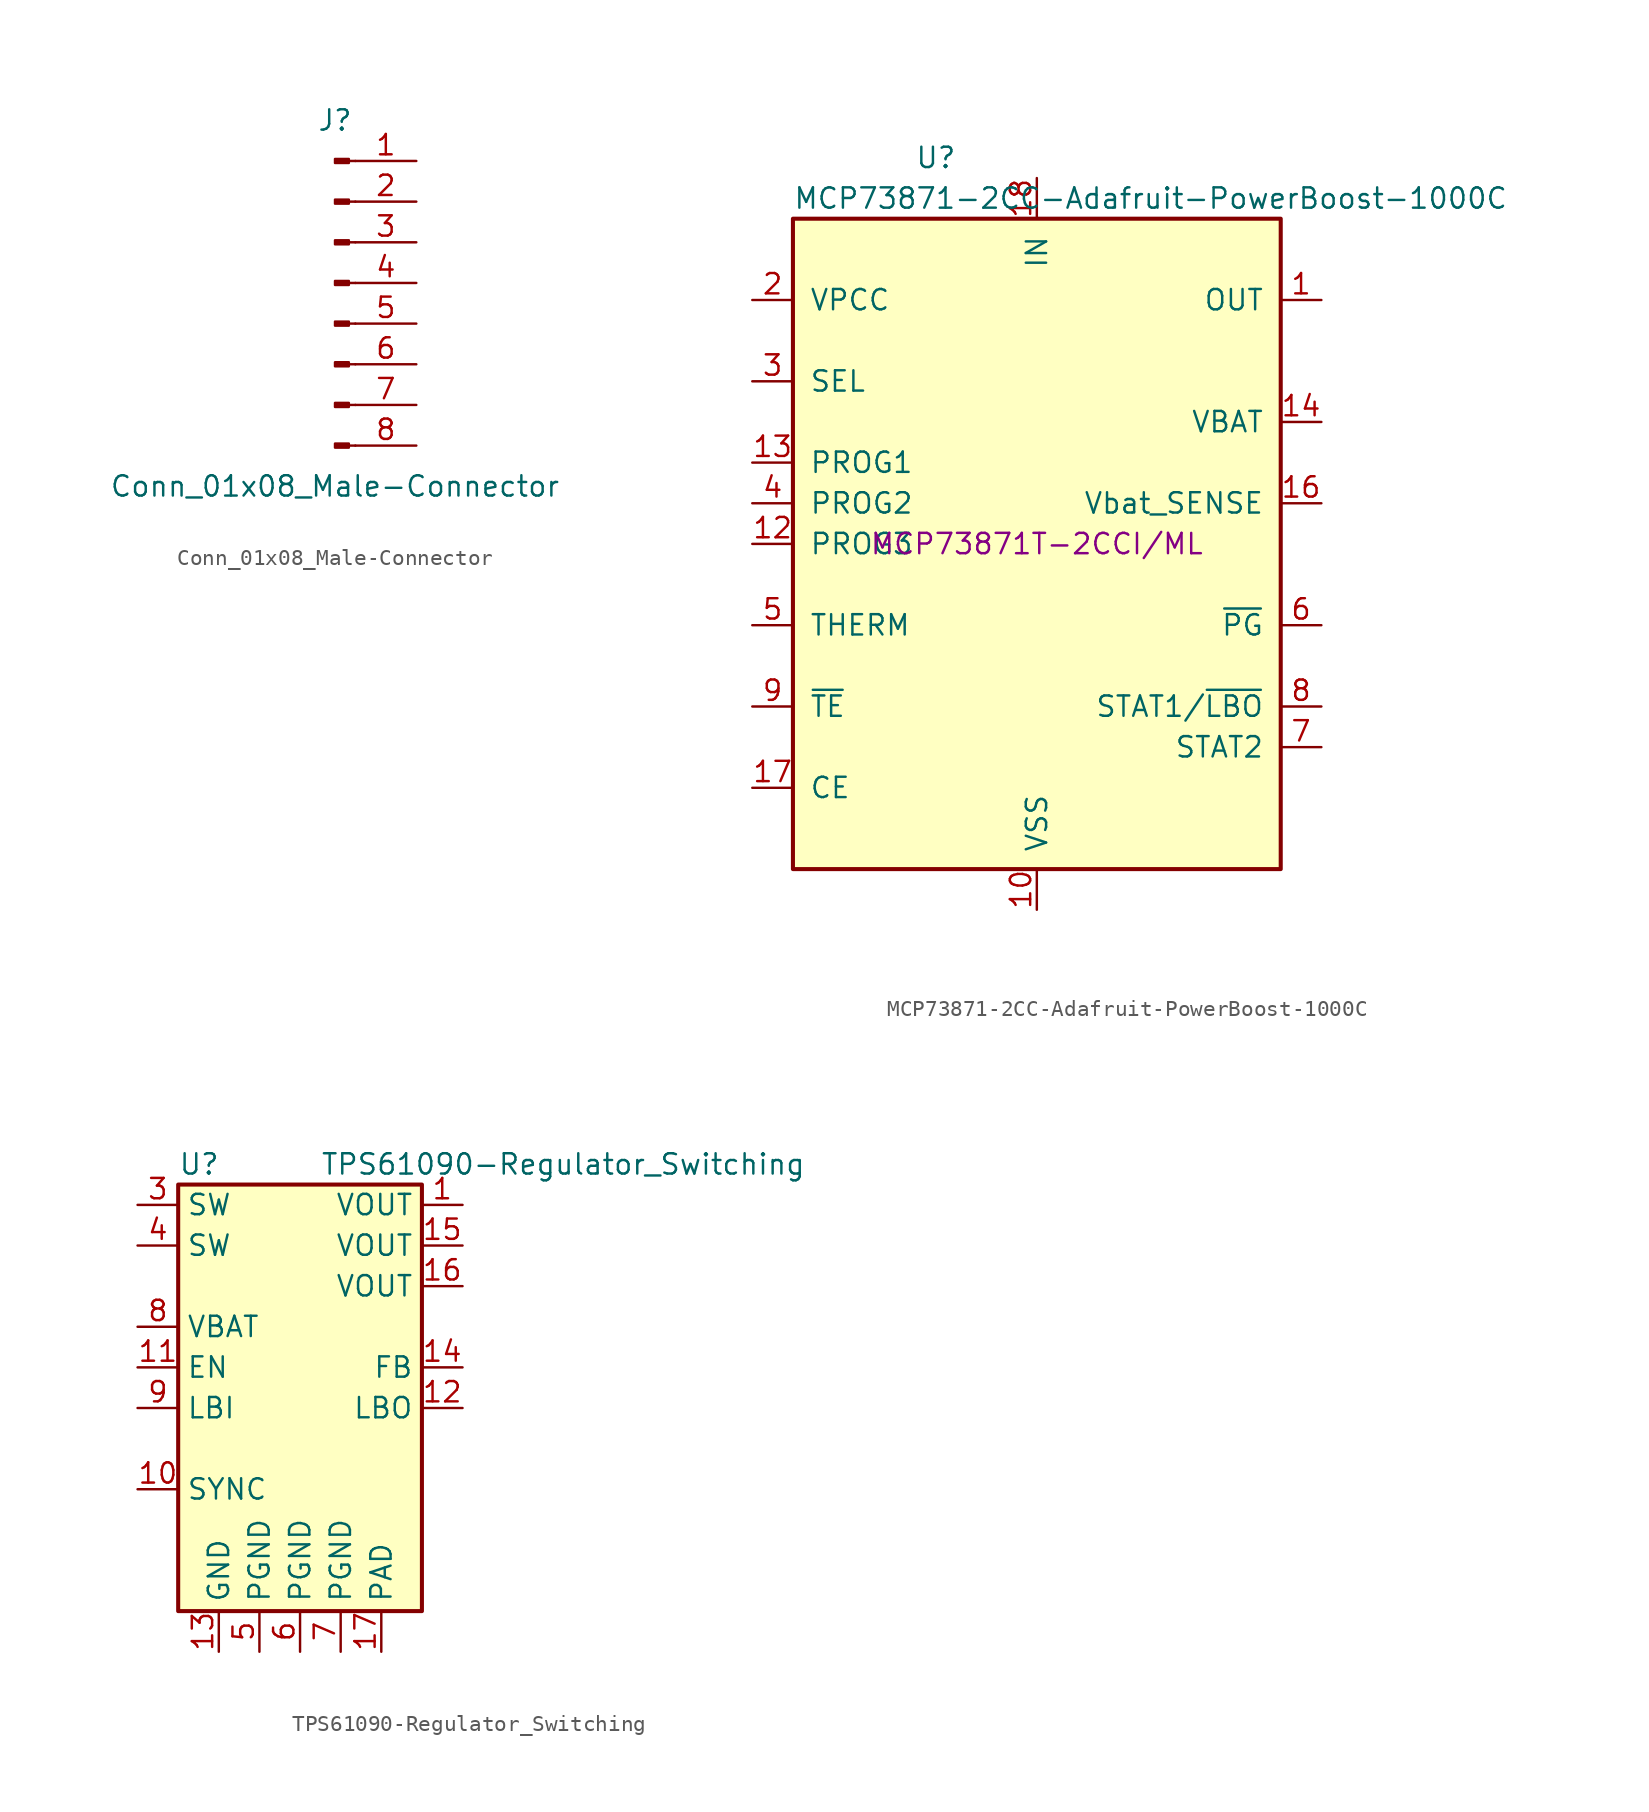
<source format=kicad_sym>
(kicad_symbol_lib
  (version 20201005)
  (generator kicad_symbol_editor)
  (symbol "Conn_01x08_Male-Connector"
    (pin_names
      (offset 1.016) hide)
    (property "Reference" "J"
      (at 0 10.16 0)
      (effects (font (size 1.27 1.27))))
    (property "Value" "Conn_01x08_Male-Connector"
      (at 0 -12.7 0)
      (effects (font (size 1.27 1.27))))
    (symbol "Conn_01x08_Male-Connector_1_1"
      (rectangle (start 0.864 -10.033) (end 0 -10.287) (stroke (width 0.152)) (fill (type outline)))
      (rectangle (start 0.864 -7.493) (end 0 -7.747) (stroke (width 0.152)) (fill (type outline)))
      (rectangle (start 0.864 -4.953) (end 0 -5.207) (stroke (width 0.152)) (fill (type outline)))
      (rectangle (start 0.864 -2.413) (end 0 -2.667) (stroke (width 0.152)) (fill (type outline)))
      (rectangle (start 0.864 0.127) (end 0 -0.127) (stroke (width 0.152)) (fill (type outline)))
      (rectangle (start 0.864 2.667) (end 0 2.413) (stroke (width 0.152)) (fill (type outline)))
      (rectangle (start 0.864 5.207) (end 0 4.953) (stroke (width 0.152)) (fill (type outline)))
      (rectangle (start 0.864 7.747) (end 0 7.493) (stroke (width 0.152)) (fill (type outline)))
      (polyline (pts (xy 1.27 -10.16) (xy 0.864 -10.16)) (stroke (width 0.152)) (fill (type none)))
      (polyline (pts (xy 1.27 -7.62) (xy 0.864 -7.62)) (stroke (width 0.152)) (fill (type none)))
      (polyline (pts (xy 1.27 -5.08) (xy 0.864 -5.08)) (stroke (width 0.152)) (fill (type none)))
      (polyline (pts (xy 1.27 -2.54) (xy 0.864 -2.54)) (stroke (width 0.152)) (fill (type none)))
      (polyline (pts (xy 1.27 0) (xy 0.864 0)) (stroke (width 0.152)) (fill (type none)))
      (polyline (pts (xy 1.27 2.54) (xy 0.864 2.54)) (stroke (width 0.152)) (fill (type none)))
      (polyline (pts (xy 1.27 5.08) (xy 0.864 5.08)) (stroke (width 0.152)) (fill (type none)))
      (polyline (pts (xy 1.27 7.62) (xy 0.864 7.62)) (stroke (width 0.152)) (fill (type none)))
      (pin passive line (at 5.08 7.62 180) (length 3.81) (name "Pin_1" (effects (font (size 1.27 1.27)))) (number "1" (effects (font (size 1.27 1.27)))))
      (pin passive line (at 5.08 5.08 180) (length 3.81) (name "Pin_2" (effects (font (size 1.27 1.27)))) (number "2" (effects (font (size 1.27 1.27)))))
      (pin passive line (at 5.08 2.54 180) (length 3.81) (name "Pin_3" (effects (font (size 1.27 1.27)))) (number "3" (effects (font (size 1.27 1.27)))))
      (pin passive line (at 5.08 0 180) (length 3.81) (name "Pin_4" (effects (font (size 1.27 1.27)))) (number "4" (effects (font (size 1.27 1.27)))))
      (pin passive line (at 5.08 -2.54 180) (length 3.81) (name "Pin_5" (effects (font (size 1.27 1.27)))) (number "5" (effects (font (size 1.27 1.27)))))
      (pin passive line (at 5.08 -5.08 180) (length 3.81) (name "Pin_6" (effects (font (size 1.27 1.27)))) (number "6" (effects (font (size 1.27 1.27)))))
      (pin passive line (at 5.08 -7.62 180) (length 3.81) (name "Pin_7" (effects (font (size 1.27 1.27)))) (number "7" (effects (font (size 1.27 1.27)))))
      (pin passive line (at 5.08 -10.16 180) (length 3.81) (name "Pin_8" (effects (font (size 1.27 1.27)))) (number "8" (effects (font (size 1.27 1.27)))))))
  (symbol "MCP73871-2CC-Adafruit-PowerBoost-1000C"
    (pin_names
      (offset 1.016))
    (property "Reference" "U"
      (at -7.62 24.13 0)
      (effects (font (size 1.27 1.27)) (justify left)))
    (property "Value" "MCP73871-2CC-Adafruit-PowerBoost-1000C"
      (at -15.24 21.59 0)
      (effects (font (size 1.27 1.27)) (justify left)))
    (property "manf#" "MCP73871T-2CCI/ML"
      (at 0 0 0)
      (effects (font (size 1.27 1.27))))
    (symbol "MCP73871-2CC-Adafruit-PowerBoost-1000C_0_1"
      (rectangle (start -15.24 20.32) (end 15.24 -20.32) (stroke (width 0.254)) (fill (type background))))
    (symbol "MCP73871-2CC-Adafruit-PowerBoost-1000C_1_1"
      (pin power_out line (at 17.78 15.24 180) (length 2.54) (name "OUT" (effects (font (size 1.27 1.27)))) (number "1" (effects (font (size 1.27 1.27)))))
      (pin power_in line (at 0 -22.86 90) (length 2.54) (name "VSS" (effects (font (size 1.27 1.27)))) (number "10" (effects (font (size 1.27 1.27)))))
      (pin passive line (at 0 -22.86 90) (length 2.54) hide (name "VSS" (effects (font (size 1.27 1.27)))) (number "11" (effects (font (size 1.27 1.27)))))
      (pin bidirectional line (at -17.78 0 0) (length 2.54) (name "PROG3" (effects (font (size 1.27 1.27)))) (number "12" (effects (font (size 1.27 1.27)))))
      (pin bidirectional line (at -17.78 5.08 0) (length 2.54) (name "PROG1" (effects (font (size 1.27 1.27)))) (number "13" (effects (font (size 1.27 1.27)))))
      (pin power_out line (at 17.78 7.62 180) (length 2.54) (name "VBAT" (effects (font (size 1.27 1.27)))) (number "14" (effects (font (size 1.27 1.27)))))
      (pin passive line (at 17.78 7.62 180) (length 2.54) hide (name "VBAT" (effects (font (size 1.27 1.27)))) (number "15" (effects (font (size 1.27 1.27)))))
      (pin input line (at 17.78 2.54 180) (length 2.54) (name "Vbat_SENSE" (effects (font (size 1.27 1.27)))) (number "16" (effects (font (size 1.27 1.27)))))
      (pin input line (at -17.78 -15.24 0) (length 2.54) (name "CE" (effects (font (size 1.27 1.27)))) (number "17" (effects (font (size 1.27 1.27)))))
      (pin power_in line (at 0 22.86 270) (length 2.54) (name "IN" (effects (font (size 1.27 1.27)))) (number "18" (effects (font (size 1.27 1.27)))))
      (pin passive line (at 0 22.86 270) (length 2.54) hide (name "IN" (effects (font (size 1.27 1.27)))) (number "19" (effects (font (size 1.27 1.27)))))
      (pin input line (at -17.78 15.24 0) (length 2.54) (name "VPCC" (effects (font (size 1.27 1.27)))) (number "2" (effects (font (size 1.27 1.27)))))
      (pin passive line (at 17.78 15.24 180) (length 2.54) hide (name "OUT" (effects (font (size 1.27 1.27)))) (number "20" (effects (font (size 1.27 1.27)))))
      (pin passive line (at 0 -22.86 90) (length 2.54) hide (name "VSS" (effects (font (size 1.27 1.27)))) (number "21" (effects (font (size 1.27 1.27)))))
      (pin input line (at -17.78 10.16 0) (length 2.54) (name "SEL" (effects (font (size 1.27 1.27)))) (number "3" (effects (font (size 1.27 1.27)))))
      (pin input line (at -17.78 2.54 0) (length 2.54) (name "PROG2" (effects (font (size 1.27 1.27)))) (number "4" (effects (font (size 1.27 1.27)))))
      (pin bidirectional line (at -17.78 -5.08 0) (length 2.54) (name "THERM" (effects (font (size 1.27 1.27)))) (number "5" (effects (font (size 1.27 1.27)))))
      (pin open_collector line (at 17.78 -5.08 180) (length 2.54) (name "~PG~" (effects (font (size 1.27 1.27)))) (number "6" (effects (font (size 1.27 1.27)))))
      (pin open_collector line (at 17.78 -12.7 180) (length 2.54) (name "STAT2" (effects (font (size 1.27 1.27)))) (number "7" (effects (font (size 1.27 1.27)))))
      (pin open_collector line (at 17.78 -10.16 180) (length 2.54) (name "STAT1/~LBO~" (effects (font (size 1.27 1.27)))) (number "8" (effects (font (size 1.27 1.27)))))
      (pin input line (at -17.78 -10.16 0) (length 2.54) (name "~TE" (effects (font (size 1.27 1.27)))) (number "9" (effects (font (size 1.27 1.27)))))))
  (symbol "TPS61090-Regulator_Switching"
    (property "Reference" "U"
      (at -7.62 15.24 0)
      (effects (font (size 1.27 1.27)) (justify left)))
    (property "Value" "TPS61090-Regulator_Switching"
      (at 1.27 15.24 0)
      (effects (font (size 1.27 1.27)) (justify left)))
    (symbol "TPS61090-Regulator_Switching_0_0"
      (pin power_out line (at 10.16 12.7 180) (length 2.54) (name "VOUT" (effects (font (size 1.27 1.27)))) (number "1" (effects (font (size 1.27 1.27)))))
      (pin input line (at -10.16 -5.08 0) (length 2.54) (name "SYNC" (effects (font (size 1.27 1.27)))) (number "10" (effects (font (size 1.27 1.27)))))
      (pin input line (at -10.16 2.54 0) (length 2.54) (name "EN" (effects (font (size 1.27 1.27)))) (number "11" (effects (font (size 1.27 1.27)))))
      (pin open_collector line (at 10.16 0 180) (length 2.54) (name "LBO" (effects (font (size 1.27 1.27)))) (number "12" (effects (font (size 1.27 1.27)))))
      (pin power_in line (at -5.08 -15.24 90) (length 2.54) (name "GND" (effects (font (size 1.27 1.27)))) (number "13" (effects (font (size 1.27 1.27)))))
      (pin input line (at 10.16 2.54 180) (length 2.54) (name "FB" (effects (font (size 1.27 1.27)))) (number "14" (effects (font (size 1.27 1.27)))))
      (pin passive line (at 10.16 10.16 180) (length 2.54) (name "VOUT" (effects (font (size 1.27 1.27)))) (number "15" (effects (font (size 1.27 1.27)))))
      (pin passive line (at 10.16 7.62 180) (length 2.54) (name "VOUT" (effects (font (size 1.27 1.27)))) (number "16" (effects (font (size 1.27 1.27)))))
      (pin power_in line (at 5.08 -15.24 90) (length 2.54) (name "PAD" (effects (font (size 1.27 1.27)))) (number "17" (effects (font (size 1.27 1.27)))))
      (pin no_connect line (at 10.16 -5.08 180) (length 2.54) hide (name "NC" (effects (font (size 1.27 1.27)))) (number "2" (effects (font (size 1.27 1.27)))))
      (pin passive line (at -10.16 12.7 0) (length 2.54) (name "SW" (effects (font (size 1.27 1.27)))) (number "3" (effects (font (size 1.27 1.27)))))
      (pin passive line (at -10.16 10.16 0) (length 2.54) (name "SW" (effects (font (size 1.27 1.27)))) (number "4" (effects (font (size 1.27 1.27)))))
      (pin power_in line (at -2.54 -15.24 90) (length 2.54) (name "PGND" (effects (font (size 1.27 1.27)))) (number "5" (effects (font (size 1.27 1.27)))))
      (pin power_in line (at 0 -15.24 90) (length 2.54) (name "PGND" (effects (font (size 1.27 1.27)))) (number "6" (effects (font (size 1.27 1.27)))))
      (pin power_in line (at 2.54 -15.24 90) (length 2.54) (name "PGND" (effects (font (size 1.27 1.27)))) (number "7" (effects (font (size 1.27 1.27)))))
      (pin power_in line (at -10.16 5.08 0) (length 2.54) (name "VBAT" (effects (font (size 1.27 1.27)))) (number "8" (effects (font (size 1.27 1.27)))))
      (pin input line (at -10.16 0 0) (length 2.54) (name "LBI" (effects (font (size 1.27 1.27)))) (number "9" (effects (font (size 1.27 1.27))))))
    (symbol "TPS61090-Regulator_Switching_0_1"
      (rectangle (start -7.62 13.97) (end 7.62 -12.7) (stroke (width 0.254)) (fill (type background))))))
</source>
